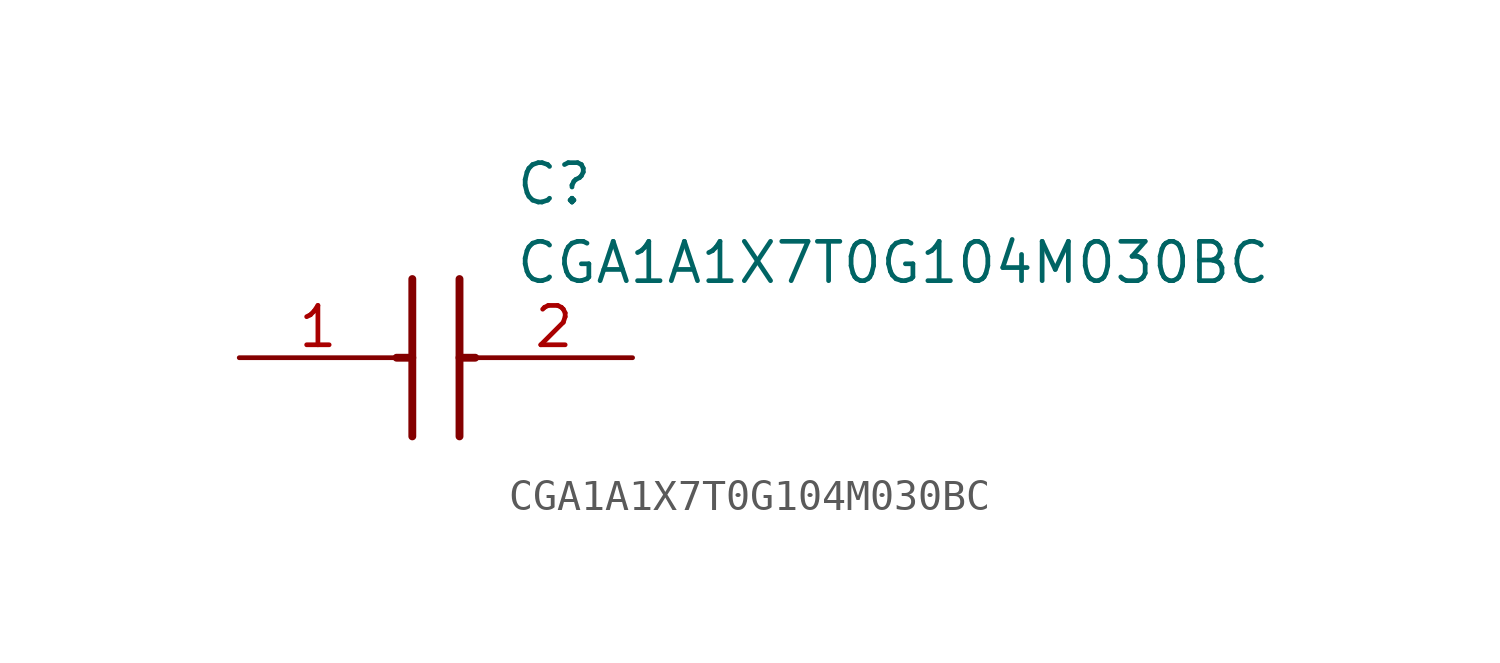
<source format=kicad_sym>
(kicad_symbol_lib
  (version 20211014)
  (generator SamacSys_ECAD_Model)
  (symbol "CGA1A1X7T0G104M030BC"
    (pin_names hide)
    (property "Reference" "C"
      (at 8.89 6.35 0)
      (effects (font (size 1.27 1.27)) (justify left top)))
    (property "Value" "CGA1A1X7T0G104M030BC"
      (at 8.89 3.81 0)
      (effects (font (size 1.27 1.27)) (justify left top)))
    (polyline
      (pts (xy 5.588 2.54) (xy 5.588 -2.54))
      (stroke (width 0.254) (type default))
      (fill (type none)))
    (polyline
      (pts (xy 7.112 2.54) (xy 7.112 -2.54))
      (stroke (width 0.254) (type default))
      (fill (type none)))
    (polyline
      (pts (xy 5.08 0) (xy 5.588 0))
      (stroke (width 0.254) (type default))
      (fill (type none)))
    (polyline
      (pts (xy 7.112 0) (xy 7.62 0))
      (stroke (width 0.254) (type default))
      (fill (type none)))
    (pin passive line
      (at 0 0 0)
      (length 5.08)
      (name "1" (effects (font (size 1.27 1.27))))
      (number "1" (effects (font (size 1.27 1.27)))))
    (pin passive line
      (at 12.7 0 180)
      (length 5.08)
      (name "2" (effects (font (size 1.27 1.27))))
      (number "2" (effects (font (size 1.27 1.27)))))))
</source>
